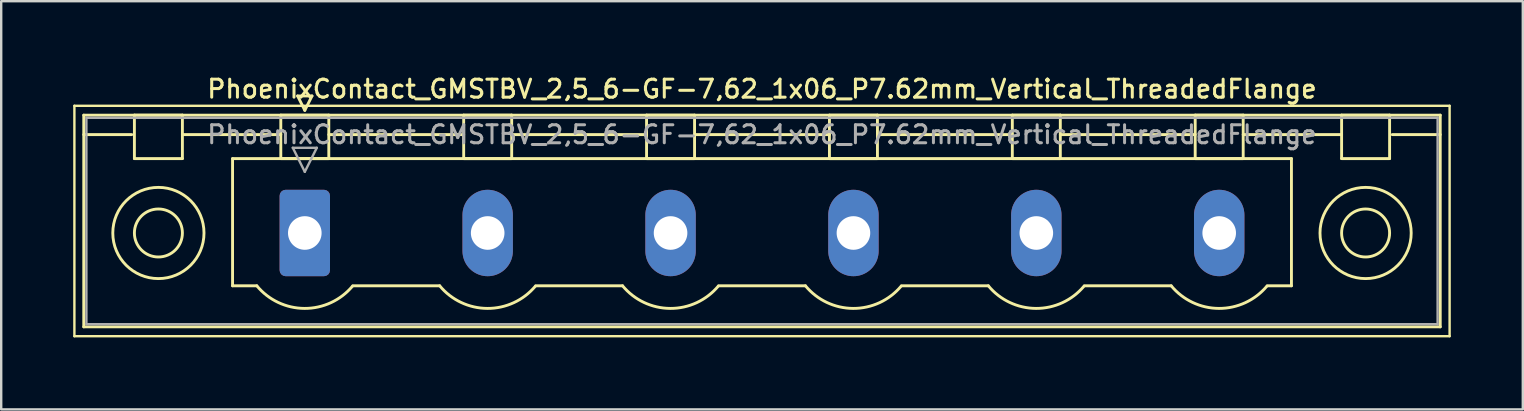
<source format=kicad_pcb>
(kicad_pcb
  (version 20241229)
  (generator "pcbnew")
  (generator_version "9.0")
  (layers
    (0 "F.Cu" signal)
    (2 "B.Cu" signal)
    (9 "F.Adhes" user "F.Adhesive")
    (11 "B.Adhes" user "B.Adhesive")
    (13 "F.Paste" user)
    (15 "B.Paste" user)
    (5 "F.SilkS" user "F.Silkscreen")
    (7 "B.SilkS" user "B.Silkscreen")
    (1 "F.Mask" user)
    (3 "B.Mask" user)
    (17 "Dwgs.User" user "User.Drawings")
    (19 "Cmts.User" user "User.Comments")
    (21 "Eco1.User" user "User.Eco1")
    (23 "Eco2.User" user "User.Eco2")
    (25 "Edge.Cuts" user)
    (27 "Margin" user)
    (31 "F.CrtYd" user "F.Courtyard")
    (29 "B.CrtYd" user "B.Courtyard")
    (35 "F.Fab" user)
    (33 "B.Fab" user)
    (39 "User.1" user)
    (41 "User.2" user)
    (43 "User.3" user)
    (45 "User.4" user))
  (footprint "PhoenixContact_GMSTBV_2,5_6-GF-7,62_1x06_P7.62mm_Vertical_ThreadedFlange"
    (layer "F.Cu")
    (at 9.65 6.658)
    (property "Reference" "PhoenixContact_GMSTBV_2,5_6-GF-7,62_1x06_P7.62mm_Vertical_ThreadedFlange" (at 19.05 -6 0) (layer "F.SilkS") (effects (font (size 0.75 0.75) (thickness 0.125))))
    (attr through_hole)
    (fp_line (start -9.6 -5.3) (end -9.6 4.3) (stroke (width 0.1) (type solid)) (layer "F.SilkS"))
    (fp_line (start -9.6 4.3) (end 47.7 4.3) (stroke (width 0.1) (type solid)) (layer "F.SilkS"))
    (fp_line (start -9.21 -4.91) (end -9.21 3.91) (stroke (width 0.12) (type solid)) (layer "F.SilkS"))
    (fp_line (start -9.21 -4.1) (end -7.21 -4.1) (stroke (width 0.12) (type solid)) (layer "F.SilkS"))
    (fp_line (start -9.21 3.91) (end 47.31 3.91) (stroke (width 0.12) (type solid)) (layer "F.SilkS"))
    (fp_line (start -7.1 -4.91) (end -5.1 -4.91) (stroke (width 0.12) (type solid)) (layer "F.SilkS"))
    (fp_line (start -7.1 -3.1) (end -7.1 -4.91) (stroke (width 0.12) (type solid)) (layer "F.SilkS"))
    (fp_line (start -5.1 -4.91) (end -5.1 -3.1) (stroke (width 0.12) (type solid)) (layer "F.SilkS"))
    (fp_line (start -5.1 -4.1) (end -1 -4.1) (stroke (width 0.12) (type solid)) (layer "F.SilkS"))
    (fp_line (start -5.1 -3.1) (end -7.1 -3.1) (stroke (width 0.12) (type solid)) (layer "F.SilkS"))
    (fp_line (start -3.01 -3.1) (end 41.11 -3.1) (stroke (width 0.12) (type solid)) (layer "F.SilkS"))
    (fp_line (start -3.01 2.2) (end -3.01 -3.1) (stroke (width 0.12) (type solid)) (layer "F.SilkS"))
    (fp_line (start -2 2.2) (end -3.01 2.2) (stroke (width 0.12) (type solid)) (layer "F.SilkS"))
    (fp_line (start -1 -4.91) (end 1 -4.91) (stroke (width 0.12) (type solid)) (layer "F.SilkS"))
    (fp_line (start -1 -3.1) (end -1 -4.91) (stroke (width 0.12) (type solid)) (layer "F.SilkS"))
    (fp_line (start -0.3 -5.71) (end 0.3 -5.71) (stroke (width 0.12) (type solid)) (layer "F.SilkS"))
    (fp_line (start 0 -5.11) (end -0.3 -5.71) (stroke (width 0.12) (type solid)) (layer "F.SilkS"))
    (fp_line (start 0.3 -5.71) (end 0 -5.11) (stroke (width 0.12) (type solid)) (layer "F.SilkS"))
    (fp_line (start 1 -4.91) (end 1 -3.1) (stroke (width 0.12) (type solid)) (layer "F.SilkS"))
    (fp_line (start 1 -4.1) (end 6.62 -4.1) (stroke (width 0.12) (type solid)) (layer "F.SilkS"))
    (fp_line (start 1 -3.1) (end -1 -3.1) (stroke (width 0.12) (type solid)) (layer "F.SilkS"))
    (fp_line (start 2 2.2) (end 5.62 2.2) (stroke (width 0.12) (type solid)) (layer "F.SilkS"))
    (fp_line (start 6.62 -4.91) (end 8.62 -4.91) (stroke (width 0.12) (type solid)) (layer "F.SilkS"))
    (fp_line (start 6.62 -3.1) (end 6.62 -4.91) (stroke (width 0.12) (type solid)) (layer "F.SilkS"))
    (fp_line (start 8.62 -4.91) (end 8.62 -3.1) (stroke (width 0.12) (type solid)) (layer "F.SilkS"))
    (fp_line (start 8.62 -4.1) (end 14.24 -4.1) (stroke (width 0.12) (type solid)) (layer "F.SilkS"))
    (fp_line (start 8.62 -3.1) (end 6.62 -3.1) (stroke (width 0.12) (type solid)) (layer "F.SilkS"))
    (fp_line (start 9.62 2.2) (end 13.24 2.2) (stroke (width 0.12) (type solid)) (layer "F.SilkS"))
    (fp_line (start 14.24 -4.91) (end 16.24 -4.91) (stroke (width 0.12) (type solid)) (layer "F.SilkS"))
    (fp_line (start 14.24 -3.1) (end 14.24 -4.91) (stroke (width 0.12) (type solid)) (layer "F.SilkS"))
    (fp_line (start 16.24 -4.91) (end 16.24 -3.1) (stroke (width 0.12) (type solid)) (layer "F.SilkS"))
    (fp_line (start 16.24 -4.1) (end 21.86 -4.1) (stroke (width 0.12) (type solid)) (layer "F.SilkS"))
    (fp_line (start 16.24 -3.1) (end 14.24 -3.1) (stroke (width 0.12) (type solid)) (layer "F.SilkS"))
    (fp_line (start 17.24 2.2) (end 20.86 2.2) (stroke (width 0.12) (type solid)) (layer "F.SilkS"))
    (fp_line (start 21.86 -4.91) (end 23.86 -4.91) (stroke (width 0.12) (type solid)) (layer "F.SilkS"))
    (fp_line (start 21.86 -3.1) (end 21.86 -4.91) (stroke (width 0.12) (type solid)) (layer "F.SilkS"))
    (fp_line (start 23.86 -4.91) (end 23.86 -3.1) (stroke (width 0.12) (type solid)) (layer "F.SilkS"))
    (fp_line (start 23.86 -4.1) (end 29.48 -4.1) (stroke (width 0.12) (type solid)) (layer "F.SilkS"))
    (fp_line (start 23.86 -3.1) (end 21.86 -3.1) (stroke (width 0.12) (type solid)) (layer "F.SilkS"))
    (fp_line (start 24.86 2.2) (end 28.48 2.2) (stroke (width 0.12) (type solid)) (layer "F.SilkS"))
    (fp_line (start 29.48 -4.91) (end 31.48 -4.91) (stroke (width 0.12) (type solid)) (layer "F.SilkS"))
    (fp_line (start 29.48 -3.1) (end 29.48 -4.91) (stroke (width 0.12) (type solid)) (layer "F.SilkS"))
    (fp_line (start 31.48 -4.91) (end 31.48 -3.1) (stroke (width 0.12) (type solid)) (layer "F.SilkS"))
    (fp_line (start 31.48 -4.1) (end 37.1 -4.1) (stroke (width 0.12) (type solid)) (layer "F.SilkS"))
    (fp_line (start 31.48 -3.1) (end 29.48 -3.1) (stroke (width 0.12) (type solid)) (layer "F.SilkS"))
    (fp_line (start 32.48 2.2) (end 36.1 2.2) (stroke (width 0.12) (type solid)) (layer "F.SilkS"))
    (fp_line (start 37.1 -4.91) (end 39.1 -4.91) (stroke (width 0.12) (type solid)) (layer "F.SilkS"))
    (fp_line (start 37.1 -3.1) (end 37.1 -4.91) (stroke (width 0.12) (type solid)) (layer "F.SilkS"))
    (fp_line (start 39.1 -4.91) (end 39.1 -3.1) (stroke (width 0.12) (type solid)) (layer "F.SilkS"))
    (fp_line (start 39.1 -4.1) (end 43.2 -4.1) (stroke (width 0.12) (type solid)) (layer "F.SilkS"))
    (fp_line (start 39.1 -3.1) (end 37.1 -3.1) (stroke (width 0.12) (type solid)) (layer "F.SilkS"))
    (fp_line (start 41.11 -3.1) (end 41.11 2.2) (stroke (width 0.12) (type solid)) (layer "F.SilkS"))
    (fp_line (start 41.11 2.2) (end 40.1 2.2) (stroke (width 0.12) (type solid)) (layer "F.SilkS"))
    (fp_line (start 43.2 -4.91) (end 45.2 -4.91) (stroke (width 0.12) (type solid)) (layer "F.SilkS"))
    (fp_line (start 43.2 -3.1) (end 43.2 -4.91) (stroke (width 0.12) (type solid)) (layer "F.SilkS"))
    (fp_line (start 45.2 -4.91) (end 45.2 -3.1) (stroke (width 0.12) (type solid)) (layer "F.SilkS"))
    (fp_line (start 45.2 -3.1) (end 43.2 -3.1) (stroke (width 0.12) (type solid)) (layer "F.SilkS"))
    (fp_line (start 47.31 -4.91) (end -9.21 -4.91) (stroke (width 0.12) (type solid)) (layer "F.SilkS"))
    (fp_line (start 47.31 -4.1) (end 45.31 -4.1) (stroke (width 0.12) (type solid)) (layer "F.SilkS"))
    (fp_line (start 47.31 3.91) (end 47.31 -4.91) (stroke (width 0.12) (type solid)) (layer "F.SilkS"))
    (fp_line (start 47.7 -5.3) (end -9.6 -5.3) (stroke (width 0.1) (type solid)) (layer "F.SilkS"))
    (fp_line (start 47.7 4.3) (end 47.7 -5.3) (stroke (width 0.1) (type solid)) (layer "F.SilkS"))
    (fp_arc (start 1.986842 2.215821) (mid -0.010289 3.142758) (end -2 2.2) (stroke (width 0.12) (type solid)) (layer "F.SilkS"))
    (fp_arc (start 9.606842 2.215821) (mid 7.609711 3.142758) (end 5.62 2.2) (stroke (width 0.12) (type solid)) (layer "F.SilkS"))
    (fp_arc (start 17.226842 2.215821) (mid 15.229711 3.142758) (end 13.24 2.2) (stroke (width 0.12) (type solid)) (layer "F.SilkS"))
    (fp_arc (start 24.846842 2.215821) (mid 22.849711 3.142758) (end 20.86 2.2) (stroke (width 0.12) (type solid)) (layer "F.SilkS"))
    (fp_arc (start 32.466842 2.215821) (mid 30.469711 3.142758) (end 28.48 2.2) (stroke (width 0.12) (type solid)) (layer "F.SilkS"))
    (fp_arc (start 40.086842 2.215821) (mid 38.089711 3.142758) (end 36.1 2.2) (stroke (width 0.12) (type solid)) (layer "F.SilkS"))
    (fp_circle (center -6.1 0) (end -5.1 0) (stroke (width 0.12) (type solid)) (fill no) (layer "F.SilkS"))
    (fp_circle (center -6.1 0) (end -4.2 0) (stroke (width 0.12) (type solid)) (fill no) (layer "F.SilkS"))
    (fp_circle (center 44.2 0) (end 45.2 0) (stroke (width 0.12) (type solid)) (fill no) (layer "F.SilkS"))
    (fp_circle (center 44.2 0) (end 46.1 0) (stroke (width 0.12) (type solid)) (fill no) (layer "F.SilkS"))
    (fp_line (start -9.1 -4.8) (end -9.1 3.8) (stroke (width 0.1) (type solid)) (layer "F.Fab"))
    (fp_line (start -9.1 3.8) (end 47.2 3.8) (stroke (width 0.1) (type solid)) (layer "F.Fab"))
    (fp_line (start -0.5 -3.55) (end 0.5 -3.55) (stroke (width 0.1) (type solid)) (layer "F.Fab"))
    (fp_line (start 0 -2.55) (end -0.5 -3.55) (stroke (width 0.1) (type solid)) (layer "F.Fab"))
    (fp_line (start 0.5 -3.55) (end 0 -2.55) (stroke (width 0.1) (type solid)) (layer "F.Fab"))
    (fp_line (start 47.2 -4.8) (end -9.1 -4.8) (stroke (width 0.1) (type solid)) (layer "F.Fab"))
    (fp_line (start 47.2 3.8) (end 47.2 -4.8) (stroke (width 0.1) (type solid)) (layer "F.Fab"))
    (fp_text user "${REFERENCE}" (at 19.05 -4.1 0) (layer "F.Fab") (effects (font (size 0.75 0.75) (thickness 0.125))))
    (pad "1" thru_hole roundrect (at 0 0) (size 2.1 3.6) (drill 1.4) (layers "*.Cu" "*.Mask") (roundrect_rratio 0.119))
    (pad "2" thru_hole oval (at 7.62 0) (size 2.1 3.6) (drill 1.4) (layers "*.Cu" "*.Mask"))
    (pad "3" thru_hole oval (at 15.24 0) (size 2.1 3.6) (drill 1.4) (layers "*.Cu" "*.Mask"))
    (pad "4" thru_hole oval (at 22.86 0) (size 2.1 3.6) (drill 1.4) (layers "*.Cu" "*.Mask"))
    (pad "5" thru_hole oval (at 30.48 0) (size 2.1 3.6) (drill 1.4) (layers "*.Cu" "*.Mask"))
    (pad "6" thru_hole oval (at 38.1 0) (size 2.1 3.6) (drill 1.4) (layers "*.Cu" "*.Mask")))
  (gr_rect
    (start -3 -3)
    (end 60.4 14.008)
    (stroke (width 0.1) (type default))
    (fill no)
    (layer "Edge.Cuts")))
</source>
